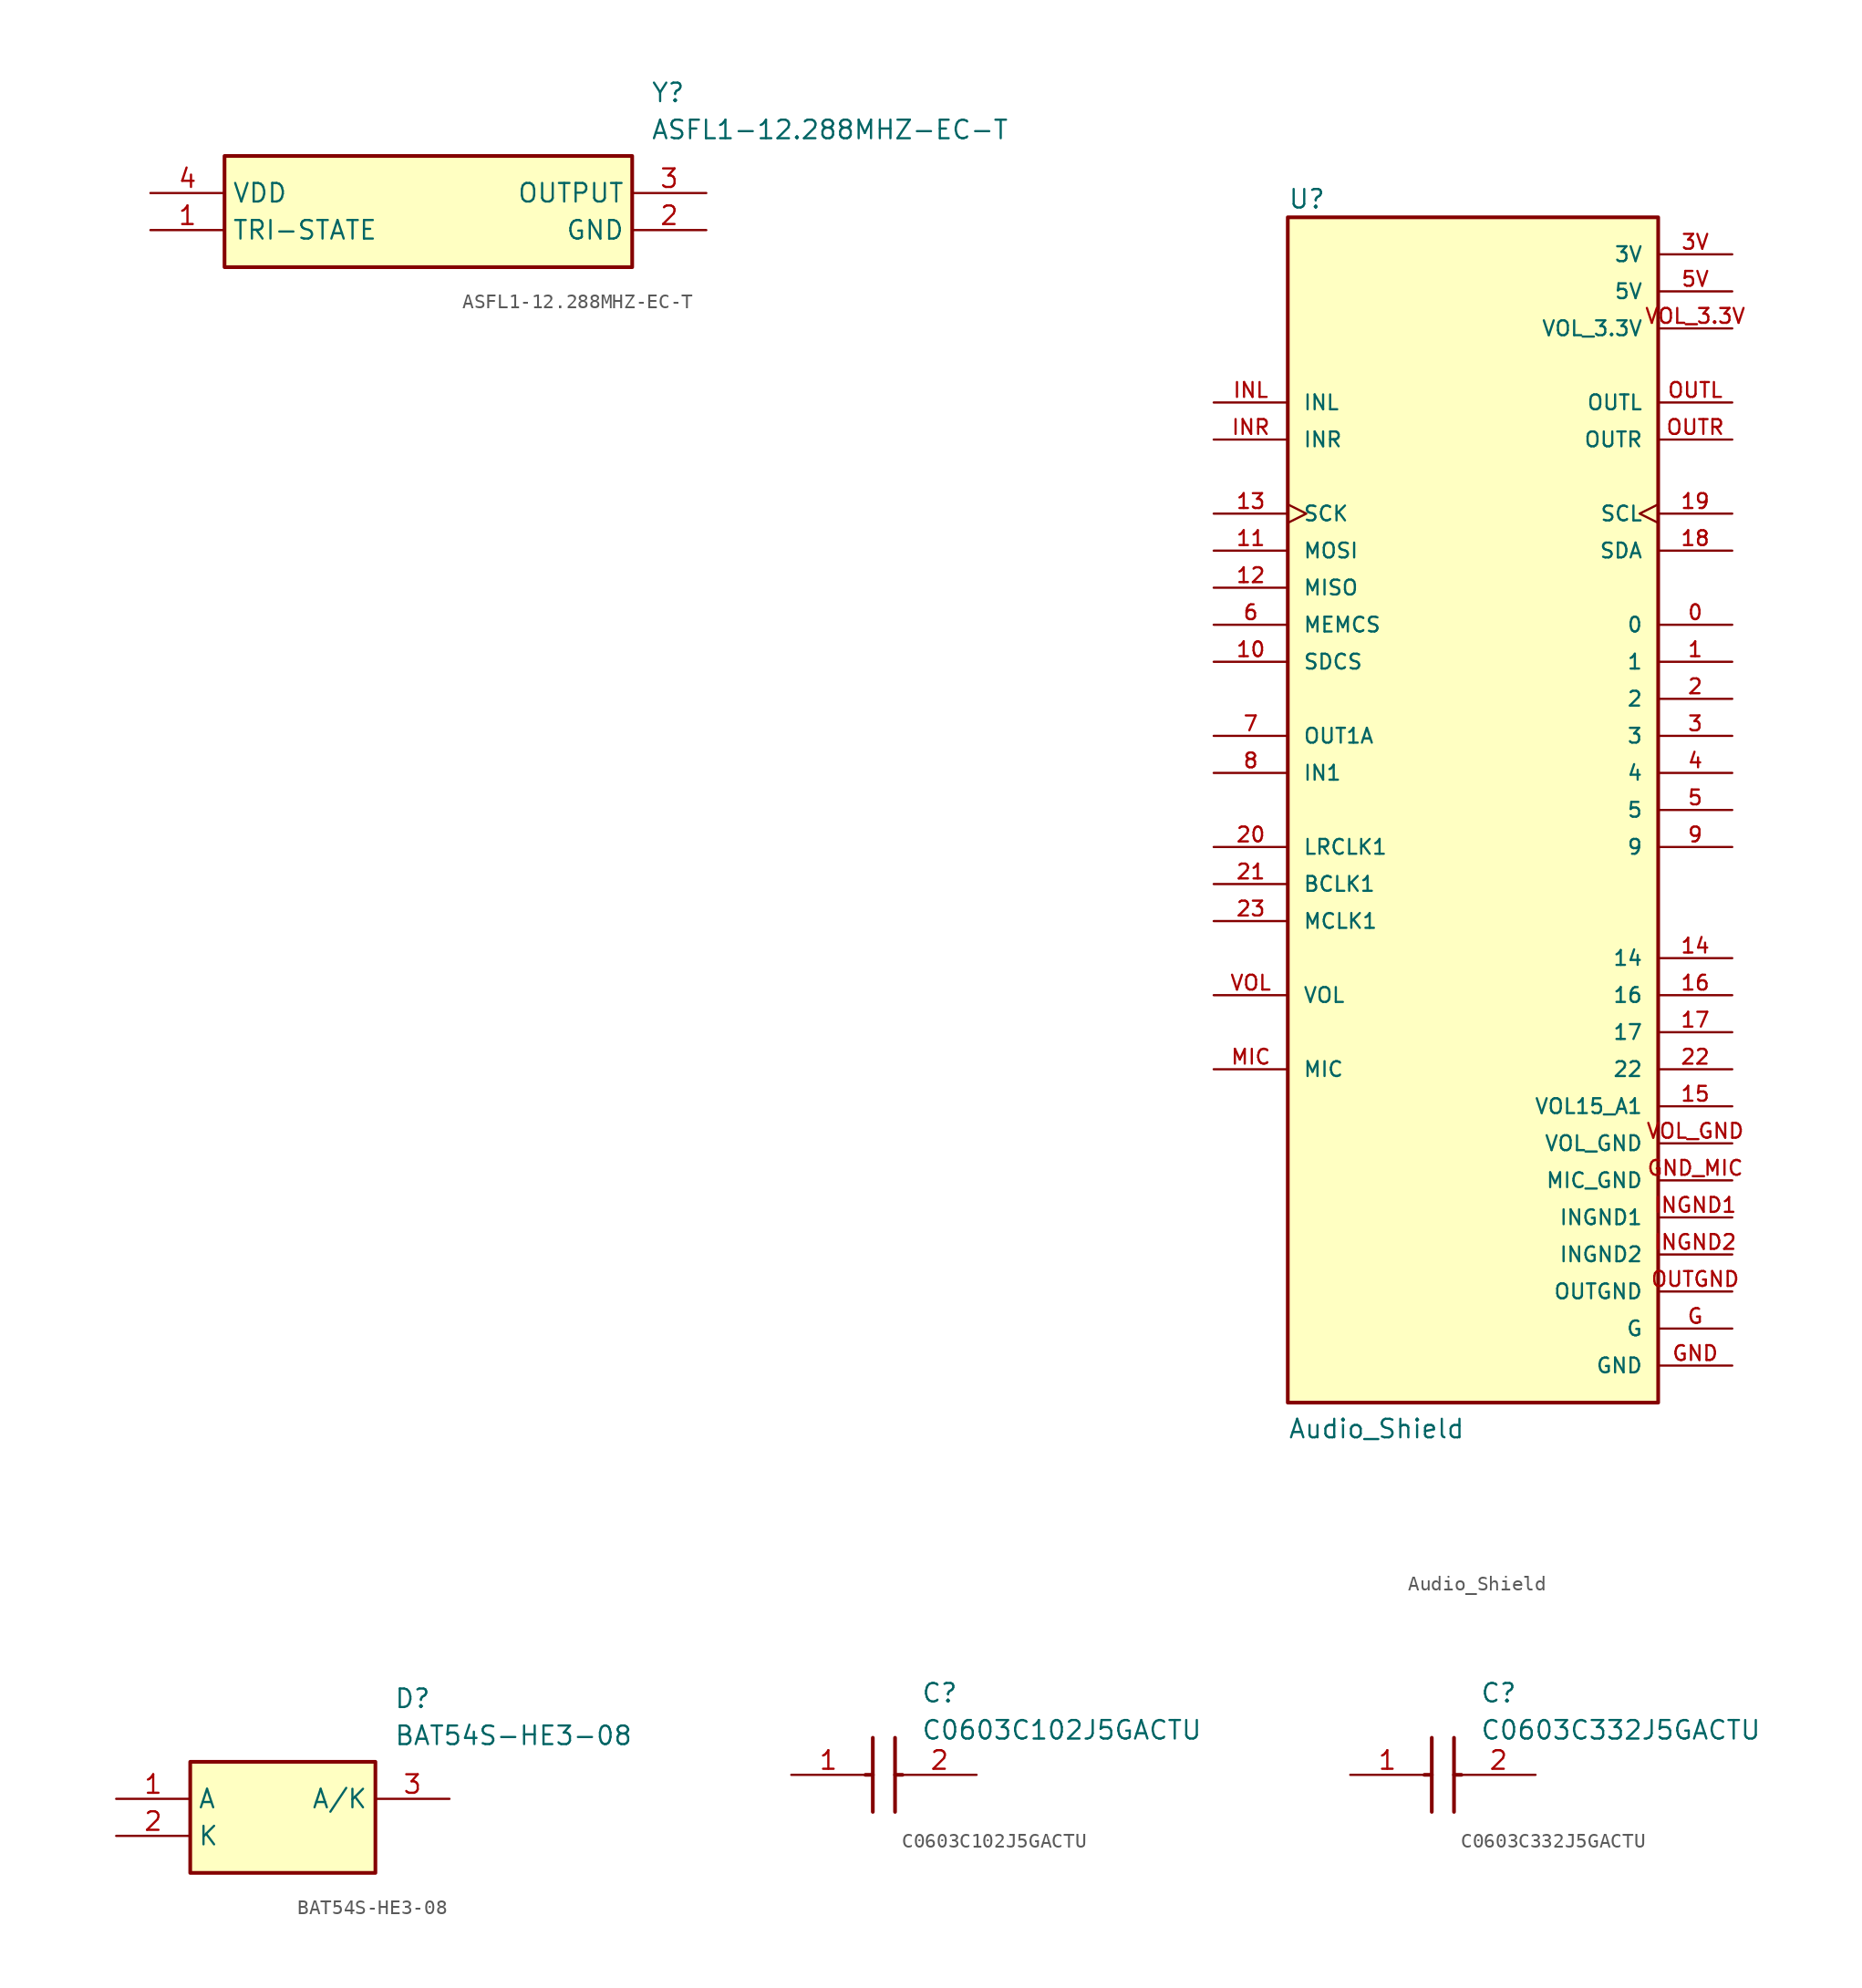
<source format=kicad_sym>
(kicad_symbol_lib
  (version 20241209)
  (generator "kicad_symbol_editor")
  (generator_version "9.0")
  (symbol "ASFL1-12.288MHZ-EC-T"
    (property "Reference" "Y"
      (at 34.29 7.62 0)
      (effects (font (size 1.27 1.27)) (justify left top)))
    (property "Value" "ASFL1-12.288MHZ-EC-T"
      (at 34.29 5.08 0)
      (effects (font (size 1.27 1.27)) (justify left top)))
    (symbol "ASFL1-12.288MHZ-EC-T_1_1"
      (rectangle (start 5.08 2.54) (end 33.02 -5.08) (stroke (width 0.254) (type default)) (fill (type background)))
      (pin passive line (at 0 0 0) (length 5.08) (name "VDD" (effects (font (size 1.27 1.27)))) (number "4" (effects (font (size 1.27 1.27)))))
      (pin passive line (at 0 -2.54 0) (length 5.08) (name "TRI-STATE" (effects (font (size 1.27 1.27)))) (number "1" (effects (font (size 1.27 1.27)))))
      (pin passive line (at 38.1 0 180) (length 5.08) (name "OUTPUT" (effects (font (size 1.27 1.27)))) (number "3" (effects (font (size 1.27 1.27)))))
      (pin passive line (at 38.1 -2.54 180) (length 5.08) (name "GND" (effects (font (size 1.27 1.27)))) (number "2" (effects (font (size 1.27 1.27)))))))
  (symbol "Audio_Shield"
    (pin_names
      (offset 1.016))
    (property "Reference" "U"
      (at -12.7 41.148 0)
      (effects (font (size 1.27 1.27)) (justify left bottom)))
    (property "Value" "Audio_Shield"
      (at -12.7 -43.18 0)
      (effects (font (size 1.27 1.27)) (justify left bottom)))
    (symbol "Audio_Shield_0_0"
      (rectangle (start -12.7 -40.64) (end 12.7 40.64) (stroke (width 0.254) (type default)) (fill (type background)))
      (pin input line (at -17.78 27.94 0) (length 5.08) (name "INL" (effects (font (size 1.016 1.016)))) (number "INL" (effects (font (size 1.016 1.016)))))
      (pin input line (at -17.78 25.4 0) (length 5.08) (name "INR" (effects (font (size 1.016 1.016)))) (number "INR" (effects (font (size 1.016 1.016)))))
      (pin bidirectional clock (at -17.78 20.32 0) (length 5.08) (name "SCK" (effects (font (size 1.016 1.016)))) (number "13" (effects (font (size 1.016 1.016)))))
      (pin bidirectional line (at -17.78 17.78 0) (length 5.08) (name "MOSI" (effects (font (size 1.016 1.016)))) (number "11" (effects (font (size 1.016 1.016)))))
      (pin bidirectional line (at -17.78 15.24 0) (length 5.08) (name "MISO" (effects (font (size 1.016 1.016)))) (number "12" (effects (font (size 1.016 1.016)))))
      (pin input line (at -17.78 12.7 0) (length 5.08) (name "MEMCS" (effects (font (size 1.016 1.016)))) (number "6" (effects (font (size 1.016 1.016)))))
      (pin bidirectional line (at -17.78 10.16 0) (length 5.08) (name "SDCS" (effects (font (size 1.016 1.016)))) (number "10" (effects (font (size 1.016 1.016)))))
      (pin output line (at -17.78 5.08 0) (length 5.08) (name "OUT1A" (effects (font (size 1.016 1.016)))) (number "7" (effects (font (size 1.016 1.016)))))
      (pin input line (at -17.78 2.54 0) (length 5.08) (name "IN1" (effects (font (size 1.016 1.016)))) (number "8" (effects (font (size 1.016 1.016)))))
      (pin bidirectional line (at -17.78 -2.54 0) (length 5.08) (name "LRCLK1" (effects (font (size 1.016 1.016)))) (number "20" (effects (font (size 1.016 1.016)))))
      (pin bidirectional line (at -17.78 -5.08 0) (length 5.08) (name "BCLK1" (effects (font (size 1.016 1.016)))) (number "21" (effects (font (size 1.016 1.016)))))
      (pin bidirectional line (at -17.78 -7.62 0) (length 5.08) (name "MCLK1" (effects (font (size 1.016 1.016)))) (number "23" (effects (font (size 1.016 1.016)))))
      (pin input line (at -17.78 -12.7 0) (length 5.08) (name "VOL" (effects (font (size 1.016 1.016)))) (number "VOL" (effects (font (size 1.016 1.016)))))
      (pin input line (at -17.78 -17.78 0) (length 5.08) (name "MIC" (effects (font (size 1.016 1.016)))) (number "MIC" (effects (font (size 1.016 1.016)))))
      (pin power_in line (at 17.78 38.1 180) (length 5.08) (name "3V" (effects (font (size 1.016 1.016)))) (number "3V" (effects (font (size 1.016 1.016)))))
      (pin power_in line (at 17.78 35.56 180) (length 5.08) (name "5V" (effects (font (size 1.016 1.016)))) (number "5V" (effects (font (size 1.016 1.016)))))
      (pin power_in line (at 17.78 33.02 180) (length 5.08) (name "VOL_3.3V" (effects (font (size 1.016 1.016)))) (number "VOL_3.3V" (effects (font (size 1.016 1.016)))))
      (pin output line (at 17.78 27.94 180) (length 5.08) (name "OUTL" (effects (font (size 1.016 1.016)))) (number "OUTL" (effects (font (size 1.016 1.016)))))
      (pin output line (at 17.78 25.4 180) (length 5.08) (name "OUTR" (effects (font (size 1.016 1.016)))) (number "OUTR" (effects (font (size 1.016 1.016)))))
      (pin bidirectional clock (at 17.78 20.32 180) (length 5.08) (name "SCL" (effects (font (size 1.016 1.016)))) (number "19" (effects (font (size 1.016 1.016)))))
      (pin bidirectional line (at 17.78 17.78 180) (length 5.08) (name "SDA" (effects (font (size 1.016 1.016)))) (number "18" (effects (font (size 1.016 1.016)))))
      (pin bidirectional line (at 17.78 12.7 180) (length 5.08) (name "0" (effects (font (size 1.016 1.016)))) (number "0" (effects (font (size 1.016 1.016)))))
      (pin bidirectional line (at 17.78 10.16 180) (length 5.08) (name "1" (effects (font (size 1.016 1.016)))) (number "1" (effects (font (size 1.016 1.016)))))
      (pin bidirectional line (at 17.78 7.62 180) (length 5.08) (name "2" (effects (font (size 1.016 1.016)))) (number "2" (effects (font (size 1.016 1.016)))))
      (pin bidirectional line (at 17.78 5.08 180) (length 5.08) (name "3" (effects (font (size 1.016 1.016)))) (number "3" (effects (font (size 1.016 1.016)))))
      (pin bidirectional line (at 17.78 2.54 180) (length 5.08) (name "4" (effects (font (size 1.016 1.016)))) (number "4" (effects (font (size 1.016 1.016)))))
      (pin bidirectional line (at 17.78 0 180) (length 5.08) (name "5" (effects (font (size 1.016 1.016)))) (number "5" (effects (font (size 1.016 1.016)))))
      (pin bidirectional line (at 17.78 -2.54 180) (length 5.08) (name "9" (effects (font (size 1.016 1.016)))) (number "9" (effects (font (size 1.016 1.016)))))
      (pin bidirectional line (at 17.78 -10.16 180) (length 5.08) (name "14" (effects (font (size 1.016 1.016)))) (number "14" (effects (font (size 1.016 1.016)))))
      (pin bidirectional line (at 17.78 -12.7 180) (length 5.08) (name "16" (effects (font (size 1.016 1.016)))) (number "16" (effects (font (size 1.016 1.016)))))
      (pin bidirectional line (at 17.78 -15.24 180) (length 5.08) (name "17" (effects (font (size 1.016 1.016)))) (number "17" (effects (font (size 1.016 1.016)))))
      (pin bidirectional line (at 17.78 -17.78 180) (length 5.08) (name "22" (effects (font (size 1.016 1.016)))) (number "22" (effects (font (size 1.016 1.016)))))
      (pin bidirectional line (at 17.78 -20.32 180) (length 5.08) (name "VOL15_A1" (effects (font (size 1.016 1.016)))) (number "15" (effects (font (size 1.016 1.016)))))
      (pin power_in line (at 17.78 -22.86 180) (length 5.08) (name "VOL_GND" (effects (font (size 1.016 1.016)))) (number "VOL_GND" (effects (font (size 1.016 1.016)))))
      (pin power_in line (at 17.78 -25.4 180) (length 5.08) (name "MIC_GND" (effects (font (size 1.016 1.016)))) (number "GND_MIC" (effects (font (size 1.016 1.016)))))
      (pin power_in line (at 17.78 -27.94 180) (length 5.08) (name "INGND1" (effects (font (size 1.016 1.016)))) (number "INGND1" (effects (font (size 1.016 1.016)))))
      (pin power_in line (at 17.78 -30.48 180) (length 5.08) (name "INGND2" (effects (font (size 1.016 1.016)))) (number "INGND2" (effects (font (size 1.016 1.016)))))
      (pin power_in line (at 17.78 -33.02 180) (length 5.08) (name "OUTGND" (effects (font (size 1.016 1.016)))) (number "OUTGND" (effects (font (size 1.016 1.016)))))
      (pin power_in line (at 17.78 -35.56 180) (length 5.08) (name "G" (effects (font (size 1.016 1.016)))) (number "G" (effects (font (size 1.016 1.016)))))
      (pin power_in line (at 17.78 -38.1 180) (length 5.08) (name "GND" (effects (font (size 1.016 1.016)))) (number "GND" (effects (font (size 1.016 1.016)))))))
  (symbol "BAT54S-HE3-08"
    (property "Reference" "D"
      (at 19.05 7.62 0)
      (effects (font (size 1.27 1.27)) (justify left top)))
    (property "Value" "BAT54S-HE3-08"
      (at 19.05 5.08 0)
      (effects (font (size 1.27 1.27)) (justify left top)))
    (symbol "BAT54S-HE3-08_1_1"
      (rectangle (start 5.08 2.54) (end 17.78 -5.08) (stroke (width 0.254) (type default)) (fill (type background)))
      (pin passive line (at 0 0 0) (length 5.08) (name "A" (effects (font (size 1.27 1.27)))) (number "1" (effects (font (size 1.27 1.27)))))
      (pin passive line (at 0 -2.54 0) (length 5.08) (name "K" (effects (font (size 1.27 1.27)))) (number "2" (effects (font (size 1.27 1.27)))))
      (pin passive line (at 22.86 0 180) (length 5.08) (name "A/K" (effects (font (size 1.27 1.27)))) (number "3" (effects (font (size 1.27 1.27)))))))
  (symbol "C0603C102J5GACTU"
    (pin_names
      (hide yes))
    (property "Reference" "C"
      (at 8.89 6.35 0)
      (effects (font (size 1.27 1.27)) (justify left top)))
    (property "Value" "C0603C102J5GACTU"
      (at 8.89 3.81 0)
      (effects (font (size 1.27 1.27)) (justify left top)))
    (symbol "C0603C102J5GACTU_1_1"
      (polyline (pts (xy 5.08 0) (xy 5.588 0)) (stroke (width 0.254) (type default)) (fill (type none)))
      (polyline (pts (xy 5.588 2.54) (xy 5.588 -2.54)) (stroke (width 0.254) (type default)) (fill (type none)))
      (polyline (pts (xy 7.112 2.54) (xy 7.112 -2.54)) (stroke (width 0.254) (type default)) (fill (type none)))
      (polyline (pts (xy 7.112 0) (xy 7.62 0)) (stroke (width 0.254) (type default)) (fill (type none)))
      (pin passive line (at 0 0 0) (length 5.08) (name "1" (effects (font (size 1.27 1.27)))) (number "1" (effects (font (size 1.27 1.27)))))
      (pin passive line (at 12.7 0 180) (length 5.08) (name "2" (effects (font (size 1.27 1.27)))) (number "2" (effects (font (size 1.27 1.27)))))))
  (symbol "C0603C332J5GACTU"
    (pin_names
      (hide yes))
    (property "Reference" "C"
      (at 8.89 6.35 0)
      (effects (font (size 1.27 1.27)) (justify left top)))
    (property "Value" "C0603C332J5GACTU"
      (at 8.89 3.81 0)
      (effects (font (size 1.27 1.27)) (justify left top)))
    (symbol "C0603C332J5GACTU_1_1"
      (polyline (pts (xy 5.08 0) (xy 5.588 0)) (stroke (width 0.254) (type default)) (fill (type none)))
      (polyline (pts (xy 5.588 2.54) (xy 5.588 -2.54)) (stroke (width 0.254) (type default)) (fill (type none)))
      (polyline (pts (xy 7.112 2.54) (xy 7.112 -2.54)) (stroke (width 0.254) (type default)) (fill (type none)))
      (polyline (pts (xy 7.112 0) (xy 7.62 0)) (stroke (width 0.254) (type default)) (fill (type none)))
      (pin passive line (at 0 0 0) (length 5.08) (name "1" (effects (font (size 1.27 1.27)))) (number "1" (effects (font (size 1.27 1.27)))))
      (pin passive line (at 12.7 0 180) (length 5.08) (name "2" (effects (font (size 1.27 1.27)))) (number "2" (effects (font (size 1.27 1.27))))))))
</source>
